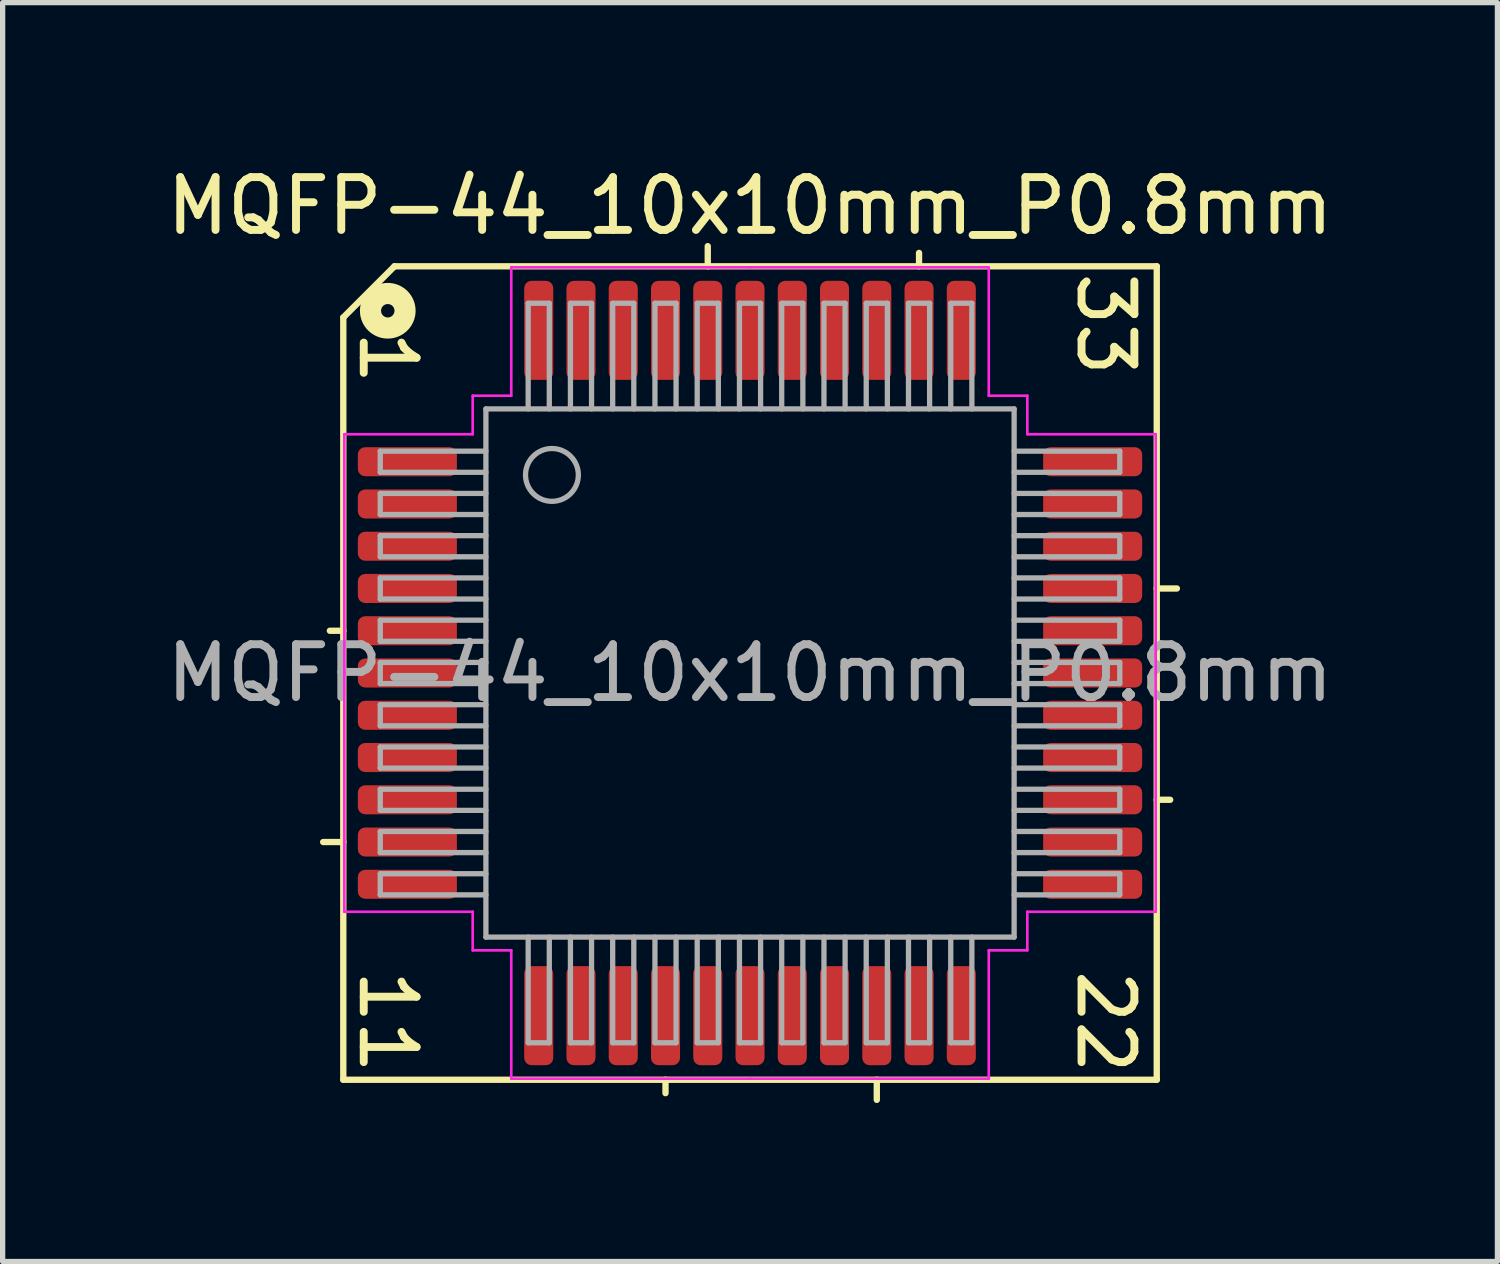
<source format=kicad_pcb>
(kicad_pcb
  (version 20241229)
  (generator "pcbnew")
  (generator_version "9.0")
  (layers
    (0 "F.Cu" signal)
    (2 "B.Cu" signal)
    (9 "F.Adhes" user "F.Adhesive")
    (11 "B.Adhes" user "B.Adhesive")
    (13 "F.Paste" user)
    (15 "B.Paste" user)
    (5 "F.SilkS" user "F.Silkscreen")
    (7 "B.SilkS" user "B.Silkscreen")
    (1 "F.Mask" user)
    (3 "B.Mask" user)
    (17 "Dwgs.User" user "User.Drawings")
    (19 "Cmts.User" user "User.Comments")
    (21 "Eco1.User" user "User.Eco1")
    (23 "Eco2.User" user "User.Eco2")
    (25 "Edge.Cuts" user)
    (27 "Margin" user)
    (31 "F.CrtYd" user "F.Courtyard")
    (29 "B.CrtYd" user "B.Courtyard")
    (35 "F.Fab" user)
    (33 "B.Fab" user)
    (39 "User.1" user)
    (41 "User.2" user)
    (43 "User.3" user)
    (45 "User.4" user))
  (footprint "MQFP-44_10x10mm_P0.8mm"
    (layer "F.Cu")
    (at 11.149 9.691)
    (property "Reference" "MQFP-44_10x10mm_P0.8mm" (at 0 -8.843 0) (layer "F.SilkS") (effects (font (size 1 1) (thickness 0.15))))
    (attr smd)
    (fp_line (start -7.7 -6.731) (end -7.7 7.7) (stroke (width 0.12) (type solid)) (layer "F.SilkS"))
    (fp_line (start -7.7 -0.8) (end -7.954 -0.8) (stroke (width 0.12) (type solid)) (layer "F.SilkS"))
    (fp_line (start -7.7 3.2) (end -8.081 3.2) (stroke (width 0.12) (type solid)) (layer "F.SilkS"))
    (fp_line (start -7.7 7.7) (end 7.7 7.7) (stroke (width 0.12) (type solid)) (layer "F.SilkS"))
    (fp_line (start -6.731 -7.7) (end -7.7 -6.731) (stroke (width 0.12) (type solid)) (layer "F.SilkS"))
    (fp_line (start -1.6 7.7) (end -1.6 7.954) (stroke (width 0.12) (type solid)) (layer "F.SilkS"))
    (fp_line (start -0.8 -7.7) (end -0.8 -8.081) (stroke (width 0.12) (type solid)) (layer "F.SilkS"))
    (fp_line (start 2.4 7.7) (end 2.4 8.081) (stroke (width 0.12) (type solid)) (layer "F.SilkS"))
    (fp_line (start 3.2 -7.7) (end 3.2 -7.953) (stroke (width 0.12) (type solid)) (layer "F.SilkS"))
    (fp_line (start 7.7 -7.7) (end -6.731 -7.7) (stroke (width 0.12) (type solid)) (layer "F.SilkS"))
    (fp_line (start 7.7 -1.6) (end 8.081 -1.6) (stroke (width 0.12) (type solid)) (layer "F.SilkS"))
    (fp_line (start 7.7 2.4) (end 7.954 2.4) (stroke (width 0.12) (type solid)) (layer "F.SilkS"))
    (fp_line (start 7.7 7.7) (end 7.7 -7.7) (stroke (width 0.12) (type solid)) (layer "F.SilkS"))
    (fp_circle (center -6.858 -6.858) (end -6.731 -6.858) (stroke (width 0.4) (type solid)) (fill no) (layer "F.SilkS"))
    (fp_line (start -7.68 -4.52) (end -7.68 0) (stroke (width 0.05) (type solid)) (layer "F.CrtYd"))
    (fp_line (start -7.68 4.52) (end -7.68 0) (stroke (width 0.05) (type solid)) (layer "F.CrtYd"))
    (fp_line (start -5.25 -5.25) (end -5.25 -4.52) (stroke (width 0.05) (type solid)) (layer "F.CrtYd"))
    (fp_line (start -5.25 -4.52) (end -7.68 -4.52) (stroke (width 0.05) (type solid)) (layer "F.CrtYd"))
    (fp_line (start -5.25 4.52) (end -7.68 4.52) (stroke (width 0.05) (type solid)) (layer "F.CrtYd"))
    (fp_line (start -5.25 5.25) (end -5.25 4.52) (stroke (width 0.05) (type solid)) (layer "F.CrtYd"))
    (fp_line (start -4.52 -7.68) (end -4.52 -5.25) (stroke (width 0.05) (type solid)) (layer "F.CrtYd"))
    (fp_line (start -4.52 -5.25) (end -5.25 -5.25) (stroke (width 0.05) (type solid)) (layer "F.CrtYd"))
    (fp_line (start -4.52 5.25) (end -5.25 5.25) (stroke (width 0.05) (type solid)) (layer "F.CrtYd"))
    (fp_line (start -4.52 7.68) (end -4.52 5.25) (stroke (width 0.05) (type solid)) (layer "F.CrtYd"))
    (fp_line (start 0 -7.68) (end -4.52 -7.68) (stroke (width 0.05) (type solid)) (layer "F.CrtYd"))
    (fp_line (start 0 -7.68) (end 4.52 -7.68) (stroke (width 0.05) (type solid)) (layer "F.CrtYd"))
    (fp_line (start 0 7.68) (end -4.52 7.68) (stroke (width 0.05) (type solid)) (layer "F.CrtYd"))
    (fp_line (start 0 7.68) (end 4.52 7.68) (stroke (width 0.05) (type solid)) (layer "F.CrtYd"))
    (fp_line (start 4.52 -7.68) (end 4.52 -5.25) (stroke (width 0.05) (type solid)) (layer "F.CrtYd"))
    (fp_line (start 4.52 -5.25) (end 5.25 -5.25) (stroke (width 0.05) (type solid)) (layer "F.CrtYd"))
    (fp_line (start 4.52 5.25) (end 5.25 5.25) (stroke (width 0.05) (type solid)) (layer "F.CrtYd"))
    (fp_line (start 4.52 7.68) (end 4.52 5.25) (stroke (width 0.05) (type solid)) (layer "F.CrtYd"))
    (fp_line (start 5.25 -5.25) (end 5.25 -4.52) (stroke (width 0.05) (type solid)) (layer "F.CrtYd"))
    (fp_line (start 5.25 -4.52) (end 7.68 -4.52) (stroke (width 0.05) (type solid)) (layer "F.CrtYd"))
    (fp_line (start 5.25 4.52) (end 7.68 4.52) (stroke (width 0.05) (type solid)) (layer "F.CrtYd"))
    (fp_line (start 5.25 5.25) (end 5.25 4.52) (stroke (width 0.05) (type solid)) (layer "F.CrtYd"))
    (fp_line (start 7.68 -4.52) (end 7.68 0) (stroke (width 0.05) (type solid)) (layer "F.CrtYd"))
    (fp_line (start 7.68 4.52) (end 7.68 0) (stroke (width 0.05) (type solid)) (layer "F.CrtYd"))
    (fp_line (start -7 -4.2) (end -7 -3.8) (stroke (width 0.1) (type solid)) (layer "F.Fab"))
    (fp_line (start -7 -4.2) (end -5 -4.2) (stroke (width 0.1) (type solid)) (layer "F.Fab"))
    (fp_line (start -7 -3.8) (end -5 -3.8) (stroke (width 0.1) (type solid)) (layer "F.Fab"))
    (fp_line (start -7 -3.4) (end -7 -3) (stroke (width 0.1) (type solid)) (layer "F.Fab"))
    (fp_line (start -7 -3.4) (end -5 -3.4) (stroke (width 0.1) (type solid)) (layer "F.Fab"))
    (fp_line (start -7 -3) (end -5 -3) (stroke (width 0.1) (type solid)) (layer "F.Fab"))
    (fp_line (start -7 -2.6) (end -7 -2.2) (stroke (width 0.1) (type solid)) (layer "F.Fab"))
    (fp_line (start -7 -2.6) (end -5 -2.6) (stroke (width 0.1) (type solid)) (layer "F.Fab"))
    (fp_line (start -7 -2.2) (end -5 -2.2) (stroke (width 0.1) (type solid)) (layer "F.Fab"))
    (fp_line (start -7 -1.8) (end -7 -1.4) (stroke (width 0.1) (type solid)) (layer "F.Fab"))
    (fp_line (start -7 -1.8) (end -5 -1.8) (stroke (width 0.1) (type solid)) (layer "F.Fab"))
    (fp_line (start -7 -1.4) (end -5 -1.4) (stroke (width 0.1) (type solid)) (layer "F.Fab"))
    (fp_line (start -7 -1) (end -7 -0.6) (stroke (width 0.1) (type solid)) (layer "F.Fab"))
    (fp_line (start -7 -1) (end -5 -1) (stroke (width 0.1) (type solid)) (layer "F.Fab"))
    (fp_line (start -7 -0.6) (end -5 -0.6) (stroke (width 0.1) (type solid)) (layer "F.Fab"))
    (fp_line (start -7 -0.2) (end -7 0.2) (stroke (width 0.1) (type solid)) (layer "F.Fab"))
    (fp_line (start -7 -0.2) (end -5 -0.2) (stroke (width 0.1) (type solid)) (layer "F.Fab"))
    (fp_line (start -7 0.2) (end -5 0.2) (stroke (width 0.1) (type solid)) (layer "F.Fab"))
    (fp_line (start -7 0.6) (end -7 1) (stroke (width 0.1) (type solid)) (layer "F.Fab"))
    (fp_line (start -7 0.6) (end -5 0.6) (stroke (width 0.1) (type solid)) (layer "F.Fab"))
    (fp_line (start -7 1) (end -5 1) (stroke (width 0.1) (type solid)) (layer "F.Fab"))
    (fp_line (start -7 1.4) (end -7 1.8) (stroke (width 0.1) (type solid)) (layer "F.Fab"))
    (fp_line (start -7 1.4) (end -5 1.4) (stroke (width 0.1) (type solid)) (layer "F.Fab"))
    (fp_line (start -7 1.8) (end -5 1.8) (stroke (width 0.1) (type solid)) (layer "F.Fab"))
    (fp_line (start -7 2.2) (end -7 2.6) (stroke (width 0.1) (type solid)) (layer "F.Fab"))
    (fp_line (start -7 2.2) (end -5 2.2) (stroke (width 0.1) (type solid)) (layer "F.Fab"))
    (fp_line (start -7 2.6) (end -5 2.6) (stroke (width 0.1) (type solid)) (layer "F.Fab"))
    (fp_line (start -7 3) (end -7 3.4) (stroke (width 0.1) (type solid)) (layer "F.Fab"))
    (fp_line (start -7 3) (end -5 3) (stroke (width 0.1) (type solid)) (layer "F.Fab"))
    (fp_line (start -7 3.4) (end -5 3.4) (stroke (width 0.1) (type solid)) (layer "F.Fab"))
    (fp_line (start -7 3.8) (end -7 4.2) (stroke (width 0.1) (type solid)) (layer "F.Fab"))
    (fp_line (start -7 3.8) (end -5 3.8) (stroke (width 0.1) (type solid)) (layer "F.Fab"))
    (fp_line (start -7 4.2) (end -5 4.2) (stroke (width 0.1) (type solid)) (layer "F.Fab"))
    (fp_line (start -5 -5) (end 5 -5) (stroke (width 0.1) (type solid)) (layer "F.Fab"))
    (fp_line (start -5 5) (end -5 -5) (stroke (width 0.1) (type solid)) (layer "F.Fab"))
    (fp_line (start -4.2 -7) (end -4.2 -5) (stroke (width 0.1) (type solid)) (layer "F.Fab"))
    (fp_line (start -4.2 7) (end -4.2 5) (stroke (width 0.1) (type solid)) (layer "F.Fab"))
    (fp_line (start -4.2 7) (end -3.8 7) (stroke (width 0.1) (type solid)) (layer "F.Fab"))
    (fp_line (start -3.8 -7) (end -4.2 -7) (stroke (width 0.1) (type solid)) (layer "F.Fab"))
    (fp_line (start -3.8 -7) (end -3.8 -5) (stroke (width 0.1) (type solid)) (layer "F.Fab"))
    (fp_line (start -3.8 7) (end -3.8 5) (stroke (width 0.1) (type solid)) (layer "F.Fab"))
    (fp_line (start -3.4 -7) (end -3.4 -5) (stroke (width 0.1) (type solid)) (layer "F.Fab"))
    (fp_line (start -3.4 7) (end -3.4 5) (stroke (width 0.1) (type solid)) (layer "F.Fab"))
    (fp_line (start -3.4 7) (end -3 7) (stroke (width 0.1) (type solid)) (layer "F.Fab"))
    (fp_line (start -3 -7) (end -3.4 -7) (stroke (width 0.1) (type solid)) (layer "F.Fab"))
    (fp_line (start -3 -7) (end -3 -5) (stroke (width 0.1) (type solid)) (layer "F.Fab"))
    (fp_line (start -3 7) (end -3 5) (stroke (width 0.1) (type solid)) (layer "F.Fab"))
    (fp_line (start -2.6 -7) (end -2.6 -5) (stroke (width 0.1) (type solid)) (layer "F.Fab"))
    (fp_line (start -2.6 7) (end -2.6 5) (stroke (width 0.1) (type solid)) (layer "F.Fab"))
    (fp_line (start -2.6 7) (end -2.2 7) (stroke (width 0.1) (type solid)) (layer "F.Fab"))
    (fp_line (start -2.2 -7) (end -2.6 -7) (stroke (width 0.1) (type solid)) (layer "F.Fab"))
    (fp_line (start -2.2 -7) (end -2.2 -5) (stroke (width 0.1) (type solid)) (layer "F.Fab"))
    (fp_line (start -2.2 7) (end -2.2 5) (stroke (width 0.1) (type solid)) (layer "F.Fab"))
    (fp_line (start -1.8 -7) (end -1.8 -5) (stroke (width 0.1) (type solid)) (layer "F.Fab"))
    (fp_line (start -1.8 7) (end -1.8 5) (stroke (width 0.1) (type solid)) (layer "F.Fab"))
    (fp_line (start -1.8 7) (end -1.4 7) (stroke (width 0.1) (type solid)) (layer "F.Fab"))
    (fp_line (start -1.4 -7) (end -1.8 -7) (stroke (width 0.1) (type solid)) (layer "F.Fab"))
    (fp_line (start -1.4 -7) (end -1.4 -5) (stroke (width 0.1) (type solid)) (layer "F.Fab"))
    (fp_line (start -1.4 7) (end -1.4 5) (stroke (width 0.1) (type solid)) (layer "F.Fab"))
    (fp_line (start -1 -7) (end -1 -5) (stroke (width 0.1) (type solid)) (layer "F.Fab"))
    (fp_line (start -1 7) (end -1 5) (stroke (width 0.1) (type solid)) (layer "F.Fab"))
    (fp_line (start -1 7) (end -0.6 7) (stroke (width 0.1) (type solid)) (layer "F.Fab"))
    (fp_line (start -0.6 -7) (end -1 -7) (stroke (width 0.1) (type solid)) (layer "F.Fab"))
    (fp_line (start -0.6 -7) (end -0.6 -5) (stroke (width 0.1) (type solid)) (layer "F.Fab"))
    (fp_line (start -0.6 7) (end -0.6 5) (stroke (width 0.1) (type solid)) (layer "F.Fab"))
    (fp_line (start -0.2 -7) (end -0.2 -5) (stroke (width 0.1) (type solid)) (layer "F.Fab"))
    (fp_line (start -0.2 7) (end -0.2 5) (stroke (width 0.1) (type solid)) (layer "F.Fab"))
    (fp_line (start -0.2 7) (end 0.2 7) (stroke (width 0.1) (type solid)) (layer "F.Fab"))
    (fp_line (start 0.2 -7) (end -0.2 -7) (stroke (width 0.1) (type solid)) (layer "F.Fab"))
    (fp_line (start 0.2 -7) (end 0.2 -5) (stroke (width 0.1) (type solid)) (layer "F.Fab"))
    (fp_line (start 0.2 7) (end 0.2 5) (stroke (width 0.1) (type solid)) (layer "F.Fab"))
    (fp_line (start 0.6 -7) (end 0.6 -5) (stroke (width 0.1) (type solid)) (layer "F.Fab"))
    (fp_line (start 0.6 7) (end 0.6 5) (stroke (width 0.1) (type solid)) (layer "F.Fab"))
    (fp_line (start 0.6 7) (end 1 7) (stroke (width 0.1) (type solid)) (layer "F.Fab"))
    (fp_line (start 1 -7) (end 0.6 -7) (stroke (width 0.1) (type solid)) (layer "F.Fab"))
    (fp_line (start 1 -7) (end 1 -5) (stroke (width 0.1) (type solid)) (layer "F.Fab"))
    (fp_line (start 1 7) (end 1 5) (stroke (width 0.1) (type solid)) (layer "F.Fab"))
    (fp_line (start 1.4 -7) (end 1.4 -5) (stroke (width 0.1) (type solid)) (layer "F.Fab"))
    (fp_line (start 1.4 7) (end 1.4 5) (stroke (width 0.1) (type solid)) (layer "F.Fab"))
    (fp_line (start 1.4 7) (end 1.8 7) (stroke (width 0.1) (type solid)) (layer "F.Fab"))
    (fp_line (start 1.8 -7) (end 1.4 -7) (stroke (width 0.1) (type solid)) (layer "F.Fab"))
    (fp_line (start 1.8 -7) (end 1.8 -5) (stroke (width 0.1) (type solid)) (layer "F.Fab"))
    (fp_line (start 1.8 7) (end 1.8 5) (stroke (width 0.1) (type solid)) (layer "F.Fab"))
    (fp_line (start 2.2 -7) (end 2.2 -5) (stroke (width 0.1) (type solid)) (layer "F.Fab"))
    (fp_line (start 2.2 7) (end 2.2 5) (stroke (width 0.1) (type solid)) (layer "F.Fab"))
    (fp_line (start 2.2 7) (end 2.6 7) (stroke (width 0.1) (type solid)) (layer "F.Fab"))
    (fp_line (start 2.6 -7) (end 2.2 -7) (stroke (width 0.1) (type solid)) (layer "F.Fab"))
    (fp_line (start 2.6 -7) (end 2.6 -5) (stroke (width 0.1) (type solid)) (layer "F.Fab"))
    (fp_line (start 2.6 7) (end 2.6 5) (stroke (width 0.1) (type solid)) (layer "F.Fab"))
    (fp_line (start 3 -7) (end 3 -5) (stroke (width 0.1) (type solid)) (layer "F.Fab"))
    (fp_line (start 3 7) (end 3 5) (stroke (width 0.1) (type solid)) (layer "F.Fab"))
    (fp_line (start 3 7) (end 3.4 7) (stroke (width 0.1) (type solid)) (layer "F.Fab"))
    (fp_line (start 3.4 -7) (end 3 -7) (stroke (width 0.1) (type solid)) (layer "F.Fab"))
    (fp_line (start 3.4 -7) (end 3.4 -5) (stroke (width 0.1) (type solid)) (layer "F.Fab"))
    (fp_line (start 3.4 7) (end 3.4 5) (stroke (width 0.1) (type solid)) (layer "F.Fab"))
    (fp_line (start 3.8 -7) (end 3.8 -5) (stroke (width 0.1) (type solid)) (layer "F.Fab"))
    (fp_line (start 3.8 7) (end 3.8 5) (stroke (width 0.1) (type solid)) (layer "F.Fab"))
    (fp_line (start 3.8 7) (end 4.2 7) (stroke (width 0.1) (type solid)) (layer "F.Fab"))
    (fp_line (start 4.2 -7) (end 3.8 -7) (stroke (width 0.1) (type solid)) (layer "F.Fab"))
    (fp_line (start 4.2 -7) (end 4.2 -5) (stroke (width 0.1) (type solid)) (layer "F.Fab"))
    (fp_line (start 4.2 7) (end 4.2 5) (stroke (width 0.1) (type solid)) (layer "F.Fab"))
    (fp_line (start 5 -5) (end 5 5) (stroke (width 0.1) (type solid)) (layer "F.Fab"))
    (fp_line (start 5 5) (end -5 5) (stroke (width 0.1) (type solid)) (layer "F.Fab"))
    (fp_line (start 7 -4.2) (end 5 -4.2) (stroke (width 0.1) (type solid)) (layer "F.Fab"))
    (fp_line (start 7 -3.8) (end 5 -3.8) (stroke (width 0.1) (type solid)) (layer "F.Fab"))
    (fp_line (start 7 -3.8) (end 7 -4.2) (stroke (width 0.1) (type solid)) (layer "F.Fab"))
    (fp_line (start 7 -3.4) (end 5 -3.4) (stroke (width 0.1) (type solid)) (layer "F.Fab"))
    (fp_line (start 7 -3) (end 5 -3) (stroke (width 0.1) (type solid)) (layer "F.Fab"))
    (fp_line (start 7 -3) (end 7 -3.4) (stroke (width 0.1) (type solid)) (layer "F.Fab"))
    (fp_line (start 7 -2.6) (end 5 -2.6) (stroke (width 0.1) (type solid)) (layer "F.Fab"))
    (fp_line (start 7 -2.2) (end 5 -2.2) (stroke (width 0.1) (type solid)) (layer "F.Fab"))
    (fp_line (start 7 -2.2) (end 7 -2.6) (stroke (width 0.1) (type solid)) (layer "F.Fab"))
    (fp_line (start 7 -1.8) (end 5 -1.8) (stroke (width 0.1) (type solid)) (layer "F.Fab"))
    (fp_line (start 7 -1.4) (end 5 -1.4) (stroke (width 0.1) (type solid)) (layer "F.Fab"))
    (fp_line (start 7 -1.4) (end 7 -1.8) (stroke (width 0.1) (type solid)) (layer "F.Fab"))
    (fp_line (start 7 -1) (end 5 -1) (stroke (width 0.1) (type solid)) (layer "F.Fab"))
    (fp_line (start 7 -0.6) (end 5 -0.6) (stroke (width 0.1) (type solid)) (layer "F.Fab"))
    (fp_line (start 7 -0.6) (end 7 -1) (stroke (width 0.1) (type solid)) (layer "F.Fab"))
    (fp_line (start 7 -0.2) (end 5 -0.2) (stroke (width 0.1) (type solid)) (layer "F.Fab"))
    (fp_line (start 7 0.2) (end 5 0.2) (stroke (width 0.1) (type solid)) (layer "F.Fab"))
    (fp_line (start 7 0.2) (end 7 -0.2) (stroke (width 0.1) (type solid)) (layer "F.Fab"))
    (fp_line (start 7 0.6) (end 5 0.6) (stroke (width 0.1) (type solid)) (layer "F.Fab"))
    (fp_line (start 7 1) (end 5 1) (stroke (width 0.1) (type solid)) (layer "F.Fab"))
    (fp_line (start 7 1) (end 7 0.6) (stroke (width 0.1) (type solid)) (layer "F.Fab"))
    (fp_line (start 7 1.4) (end 5 1.4) (stroke (width 0.1) (type solid)) (layer "F.Fab"))
    (fp_line (start 7 1.8) (end 5 1.8) (stroke (width 0.1) (type solid)) (layer "F.Fab"))
    (fp_line (start 7 1.8) (end 7 1.4) (stroke (width 0.1) (type solid)) (layer "F.Fab"))
    (fp_line (start 7 2.2) (end 5 2.2) (stroke (width 0.1) (type solid)) (layer "F.Fab"))
    (fp_line (start 7 2.6) (end 5 2.6) (stroke (width 0.1) (type solid)) (layer "F.Fab"))
    (fp_line (start 7 2.6) (end 7 2.2) (stroke (width 0.1) (type solid)) (layer "F.Fab"))
    (fp_line (start 7 3) (end 5 3) (stroke (width 0.1) (type solid)) (layer "F.Fab"))
    (fp_line (start 7 3.4) (end 5 3.4) (stroke (width 0.1) (type solid)) (layer "F.Fab"))
    (fp_line (start 7 3.4) (end 7 3) (stroke (width 0.1) (type solid)) (layer "F.Fab"))
    (fp_line (start 7 3.8) (end 5 3.8) (stroke (width 0.1) (type solid)) (layer "F.Fab"))
    (fp_line (start 7 4.2) (end 5 4.2) (stroke (width 0.1) (type solid)) (layer "F.Fab"))
    (fp_line (start 7 4.2) (end 7 3.8) (stroke (width 0.1) (type solid)) (layer "F.Fab"))
    (fp_circle (center -3.75 -3.75) (end -3.25 -3.75) (stroke (width 0.1) (type solid)) (fill no) (layer "F.Fab"))
    (fp_text user "11" (at -6.858 6.604 270) (unlocked yes) (layer "F.SilkS") (effects (font (size 1 1) (thickness 0.15))))
    (fp_text user "33" (at 6.731 -6.604 270) (unlocked yes) (layer "F.SilkS") (effects (font (size 1 1) (thickness 0.15))))
    (fp_text user "22" (at 6.731 6.604 270) (unlocked yes) (layer "F.SilkS") (effects (font (size 1 1) (thickness 0.15))))
    (fp_text user "1" (at -6.858 -5.969 270) (unlocked yes) (layer "F.SilkS") (effects (font (size 1 1) (thickness 0.15))))
    (fp_text user "${REFERENCE}" (at 0 0 0) (layer "F.Fab") (effects (font (size 1 1) (thickness 0.15))))
    (pad "1" smd roundrect (at -6.487 -4) (size 1.875 0.55) (layers "F.Cu" "F.Mask" "F.Paste") (roundrect_rratio 0.25))
    (pad "2" smd roundrect (at -6.487 -3.2) (size 1.875 0.55) (layers "F.Cu" "F.Mask" "F.Paste") (roundrect_rratio 0.25))
    (pad "3" smd roundrect (at -6.487 -2.4) (size 1.875 0.55) (layers "F.Cu" "F.Mask" "F.Paste") (roundrect_rratio 0.25))
    (pad "4" smd roundrect (at -6.487 -1.6) (size 1.875 0.55) (layers "F.Cu" "F.Mask" "F.Paste") (roundrect_rratio 0.25))
    (pad "5" smd roundrect (at -6.487 -0.8) (size 1.875 0.55) (layers "F.Cu" "F.Mask" "F.Paste") (roundrect_rratio 0.25))
    (pad "6" smd roundrect (at -6.487 0) (size 1.875 0.55) (layers "F.Cu" "F.Mask" "F.Paste") (roundrect_rratio 0.25))
    (pad "7" smd roundrect (at -6.487 0.8) (size 1.875 0.55) (layers "F.Cu" "F.Mask" "F.Paste") (roundrect_rratio 0.25))
    (pad "8" smd roundrect (at -6.487 1.6) (size 1.875 0.55) (layers "F.Cu" "F.Mask" "F.Paste") (roundrect_rratio 0.25))
    (pad "9" smd roundrect (at -6.487 2.4) (size 1.875 0.55) (layers "F.Cu" "F.Mask" "F.Paste") (roundrect_rratio 0.25))
    (pad "10" smd roundrect (at -6.487 3.2) (size 1.875 0.55) (layers "F.Cu" "F.Mask" "F.Paste") (roundrect_rratio 0.25))
    (pad "11" smd roundrect (at -6.487 4) (size 1.875 0.55) (layers "F.Cu" "F.Mask" "F.Paste") (roundrect_rratio 0.25))
    (pad "12" smd roundrect (at -4 6.487) (size 0.55 1.875) (layers "F.Cu" "F.Mask" "F.Paste") (roundrect_rratio 0.25))
    (pad "13" smd roundrect (at -3.2 6.487) (size 0.55 1.875) (layers "F.Cu" "F.Mask" "F.Paste") (roundrect_rratio 0.25))
    (pad "14" smd roundrect (at -2.4 6.487) (size 0.55 1.875) (layers "F.Cu" "F.Mask" "F.Paste") (roundrect_rratio 0.25))
    (pad "15" smd roundrect (at -1.6 6.487) (size 0.55 1.875) (layers "F.Cu" "F.Mask" "F.Paste") (roundrect_rratio 0.25))
    (pad "16" smd roundrect (at -0.8 6.487) (size 0.55 1.875) (layers "F.Cu" "F.Mask" "F.Paste") (roundrect_rratio 0.25))
    (pad "17" smd roundrect (at 0 6.487) (size 0.55 1.875) (layers "F.Cu" "F.Mask" "F.Paste") (roundrect_rratio 0.25))
    (pad "18" smd roundrect (at 0.8 6.487) (size 0.55 1.875) (layers "F.Cu" "F.Mask" "F.Paste") (roundrect_rratio 0.25))
    (pad "19" smd roundrect (at 1.6 6.487) (size 0.55 1.875) (layers "F.Cu" "F.Mask" "F.Paste") (roundrect_rratio 0.25))
    (pad "20" smd roundrect (at 2.4 6.487) (size 0.55 1.875) (layers "F.Cu" "F.Mask" "F.Paste") (roundrect_rratio 0.25))
    (pad "21" smd roundrect (at 3.2 6.487) (size 0.55 1.875) (layers "F.Cu" "F.Mask" "F.Paste") (roundrect_rratio 0.25))
    (pad "22" smd roundrect (at 4 6.487) (size 0.55 1.875) (layers "F.Cu" "F.Mask" "F.Paste") (roundrect_rratio 0.25))
    (pad "23" smd roundrect (at 6.487 4) (size 1.875 0.55) (layers "F.Cu" "F.Mask" "F.Paste") (roundrect_rratio 0.25))
    (pad "24" smd roundrect (at 6.487 3.2) (size 1.875 0.55) (layers "F.Cu" "F.Mask" "F.Paste") (roundrect_rratio 0.25))
    (pad "25" smd roundrect (at 6.487 2.4) (size 1.875 0.55) (layers "F.Cu" "F.Mask" "F.Paste") (roundrect_rratio 0.25))
    (pad "26" smd roundrect (at 6.487 1.6) (size 1.875 0.55) (layers "F.Cu" "F.Mask" "F.Paste") (roundrect_rratio 0.25))
    (pad "27" smd roundrect (at 6.487 0.8) (size 1.875 0.55) (layers "F.Cu" "F.Mask" "F.Paste") (roundrect_rratio 0.25))
    (pad "28" smd roundrect (at 6.487 0) (size 1.875 0.55) (layers "F.Cu" "F.Mask" "F.Paste") (roundrect_rratio 0.25))
    (pad "29" smd roundrect (at 6.487 -0.8) (size 1.875 0.55) (layers "F.Cu" "F.Mask" "F.Paste") (roundrect_rratio 0.25))
    (pad "30" smd roundrect (at 6.487 -1.6) (size 1.875 0.55) (layers "F.Cu" "F.Mask" "F.Paste") (roundrect_rratio 0.25))
    (pad "31" smd roundrect (at 6.487 -2.4) (size 1.875 0.55) (layers "F.Cu" "F.Mask" "F.Paste") (roundrect_rratio 0.25))
    (pad "32" smd roundrect (at 6.487 -3.2) (size 1.875 0.55) (layers "F.Cu" "F.Mask" "F.Paste") (roundrect_rratio 0.25))
    (pad "33" smd roundrect (at 6.487 -4) (size 1.875 0.55) (layers "F.Cu" "F.Mask" "F.Paste") (roundrect_rratio 0.25))
    (pad "34" smd roundrect (at 4 -6.487) (size 0.55 1.875) (layers "F.Cu" "F.Mask" "F.Paste") (roundrect_rratio 0.25))
    (pad "35" smd roundrect (at 3.2 -6.487) (size 0.55 1.875) (layers "F.Cu" "F.Mask" "F.Paste") (roundrect_rratio 0.25))
    (pad "36" smd roundrect (at 2.4 -6.487) (size 0.55 1.875) (layers "F.Cu" "F.Mask" "F.Paste") (roundrect_rratio 0.25))
    (pad "37" smd roundrect (at 1.6 -6.487) (size 0.55 1.875) (layers "F.Cu" "F.Mask" "F.Paste") (roundrect_rratio 0.25))
    (pad "38" smd roundrect (at 0.8 -6.487) (size 0.55 1.875) (layers "F.Cu" "F.Mask" "F.Paste") (roundrect_rratio 0.25))
    (pad "39" smd roundrect (at 0 -6.487) (size 0.55 1.875) (layers "F.Cu" "F.Mask" "F.Paste") (roundrect_rratio 0.25))
    (pad "40" smd roundrect (at -0.8 -6.487) (size 0.55 1.875) (layers "F.Cu" "F.Mask" "F.Paste") (roundrect_rratio 0.25))
    (pad "41" smd roundrect (at -1.6 -6.487) (size 0.55 1.875) (layers "F.Cu" "F.Mask" "F.Paste") (roundrect_rratio 0.25))
    (pad "42" smd roundrect (at -2.4 -6.487) (size 0.55 1.875) (layers "F.Cu" "F.Mask" "F.Paste") (roundrect_rratio 0.25))
    (pad "43" smd roundrect (at -3.2 -6.487) (size 0.55 1.875) (layers "F.Cu" "F.Mask" "F.Paste") (roundrect_rratio 0.25))
    (pad "44" smd roundrect (at -4 -6.487) (size 0.55 1.875) (layers "F.Cu" "F.Mask" "F.Paste") (roundrect_rratio 0.25)))
  (gr_rect
    (start -3 -3)
    (end 25.298 20.832)
    (stroke (width 0.1) (type default))
    (fill no)
    (layer "Edge.Cuts")))
</source>
